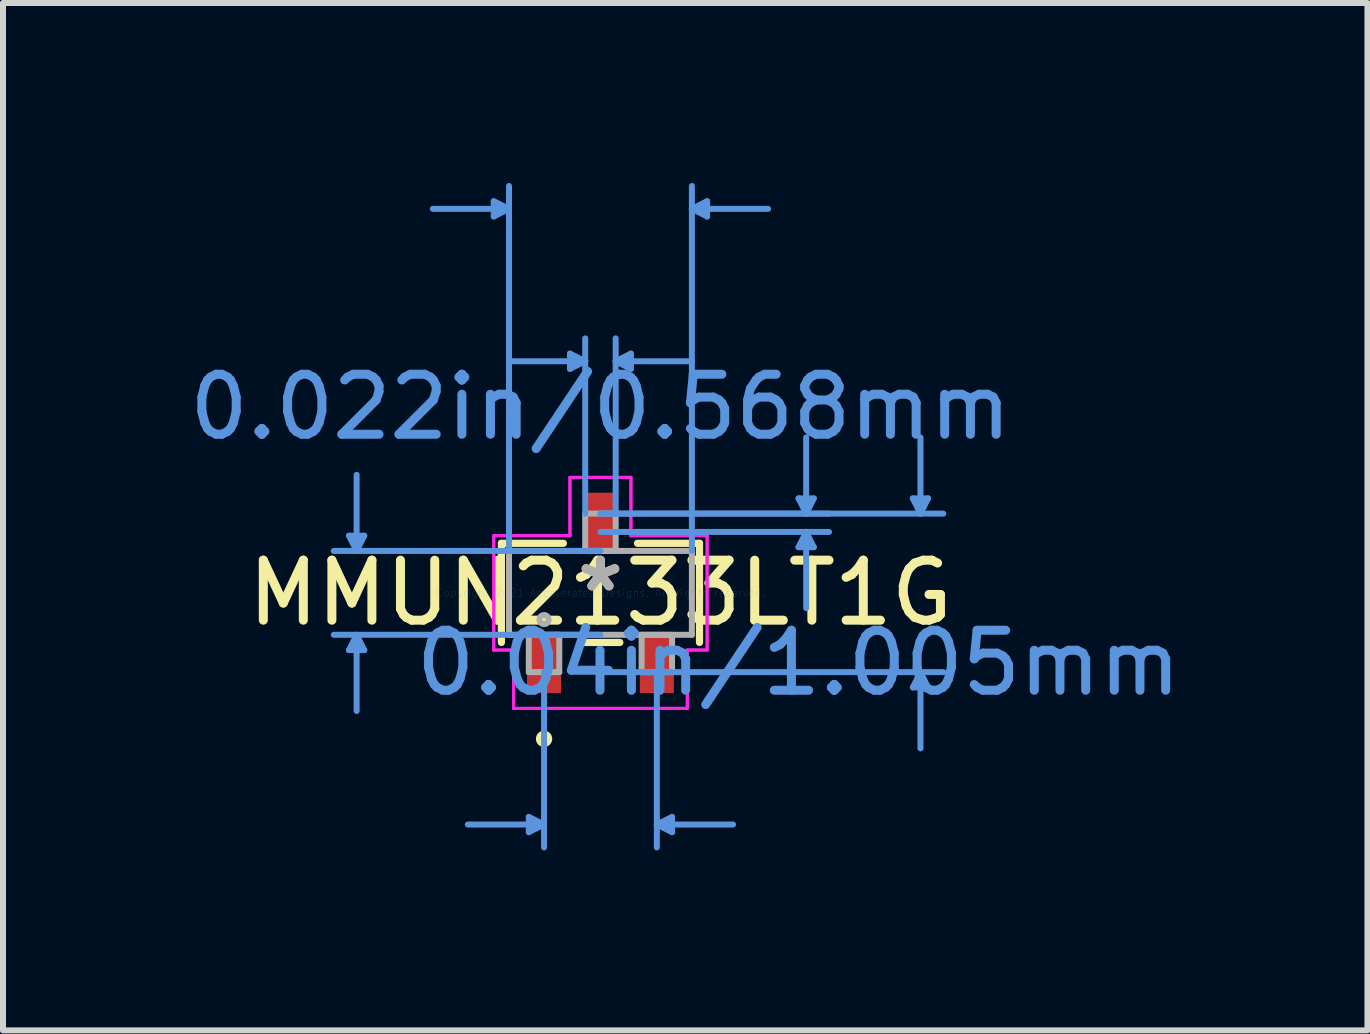
<source format=kicad_pcb>
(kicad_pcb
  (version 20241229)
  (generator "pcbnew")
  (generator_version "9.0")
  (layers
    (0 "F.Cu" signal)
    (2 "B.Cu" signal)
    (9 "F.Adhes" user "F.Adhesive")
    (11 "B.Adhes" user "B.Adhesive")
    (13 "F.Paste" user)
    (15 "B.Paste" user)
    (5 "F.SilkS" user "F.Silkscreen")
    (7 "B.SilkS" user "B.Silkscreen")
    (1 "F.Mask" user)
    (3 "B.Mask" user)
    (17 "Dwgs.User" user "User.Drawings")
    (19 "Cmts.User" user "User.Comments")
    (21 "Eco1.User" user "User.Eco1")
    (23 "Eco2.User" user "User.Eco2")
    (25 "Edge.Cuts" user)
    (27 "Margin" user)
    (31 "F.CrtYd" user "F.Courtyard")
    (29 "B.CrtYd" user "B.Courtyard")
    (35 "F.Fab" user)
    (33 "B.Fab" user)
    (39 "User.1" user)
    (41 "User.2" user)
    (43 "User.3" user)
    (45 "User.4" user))
  (footprint "MMUN2133LT1G"
    (layer "F.Cu")
    (at 6.958 6.832)
    (property "Reference" "MMUN2133LT1G" (at 0 0 0) (layer "F.SilkS") (effects (font (size 1 1) (thickness 0.15))))
    (attr through_hole)
    (fp_line (start -1.651 -0.826) (end -1.651 0.826) (stroke (width 0.12) (type solid)) (layer "F.SilkS"))
    (fp_line (start -0.617 -0.826) (end -1.651 -0.826) (stroke (width 0.12) (type solid)) (layer "F.SilkS"))
    (fp_line (start -0.323 0.826) (end 0.323 0.826) (stroke (width 0.12) (type solid)) (layer "F.SilkS"))
    (fp_line (start 1.651 -0.826) (end 0.617 -0.826) (stroke (width 0.12) (type solid)) (layer "F.SilkS"))
    (fp_line (start 1.651 0.826) (end 1.651 -0.826) (stroke (width 0.12) (type solid)) (layer "F.SilkS"))
    (fp_circle (center -0.94 2.433) (end -0.864 2.433) (stroke (width 0.12) (type solid)) (fill no) (layer "F.SilkS"))
    (fp_line (start -4.191 -0.953) (end -3.937 -0.953) (stroke (width 0.1) (type solid)) (layer "Cmts.User"))
    (fp_line (start -4.191 0.953) (end -3.937 0.953) (stroke (width 0.1) (type solid)) (layer "Cmts.User"))
    (fp_line (start -4.064 -0.699) (end -4.191 -0.953) (stroke (width 0.1) (type solid)) (layer "Cmts.User"))
    (fp_line (start -4.064 -0.699) (end -4.064 -1.968) (stroke (width 0.1) (type solid)) (layer "Cmts.User"))
    (fp_line (start -4.064 -0.699) (end -3.937 -0.953) (stroke (width 0.1) (type solid)) (layer "Cmts.User"))
    (fp_line (start -4.064 0.699) (end -4.191 0.953) (stroke (width 0.1) (type solid)) (layer "Cmts.User"))
    (fp_line (start -4.064 0.699) (end -4.064 1.968) (stroke (width 0.1) (type solid)) (layer "Cmts.User"))
    (fp_line (start -4.064 0.699) (end -3.937 0.953) (stroke (width 0.1) (type solid)) (layer "Cmts.User"))
    (fp_line (start -1.778 -6.528) (end -1.778 -6.274) (stroke (width 0.1) (type solid)) (layer "Cmts.User"))
    (fp_line (start -1.524 -6.401) (end -2.794 -6.401) (stroke (width 0.1) (type solid)) (layer "Cmts.User"))
    (fp_line (start -1.524 -6.401) (end -1.778 -6.528) (stroke (width 0.1) (type solid)) (layer "Cmts.User"))
    (fp_line (start -1.524 -6.401) (end -1.778 -6.274) (stroke (width 0.1) (type solid)) (layer "Cmts.User"))
    (fp_line (start -1.524 -0.699) (end -1.524 -6.782) (stroke (width 0.1) (type solid)) (layer "Cmts.User"))
    (fp_line (start -1.194 3.734) (end -1.194 3.988) (stroke (width 0.1) (type solid)) (layer "Cmts.User"))
    (fp_line (start -0.94 1.321) (end -0.94 4.242) (stroke (width 0.1) (type solid)) (layer "Cmts.User"))
    (fp_line (start -0.94 3.861) (end -2.21 3.861) (stroke (width 0.1) (type solid)) (layer "Cmts.User"))
    (fp_line (start -0.94 3.861) (end -1.194 3.734) (stroke (width 0.1) (type solid)) (layer "Cmts.User"))
    (fp_line (start -0.94 3.861) (end -1.194 3.988) (stroke (width 0.1) (type solid)) (layer "Cmts.User"))
    (fp_line (start -0.508 -3.988) (end -0.508 -3.734) (stroke (width 0.1) (type solid)) (layer "Cmts.User"))
    (fp_line (start -0.254 -3.861) (end -1.524 -3.861) (stroke (width 0.1) (type solid)) (layer "Cmts.User"))
    (fp_line (start -0.254 -3.861) (end -0.508 -3.988) (stroke (width 0.1) (type solid)) (layer "Cmts.User"))
    (fp_line (start -0.254 -3.861) (end -0.508 -3.734) (stroke (width 0.1) (type solid)) (layer "Cmts.User"))
    (fp_line (start -0.254 -1.321) (end -0.254 -4.242) (stroke (width 0.1) (type solid)) (layer "Cmts.User"))
    (fp_line (start 0 -1.321) (end 3.81 -1.321) (stroke (width 0.1) (type solid)) (layer "Cmts.User"))
    (fp_line (start 0 -1.321) (end 5.715 -1.321) (stroke (width 0.1) (type solid)) (layer "Cmts.User"))
    (fp_line (start 0 -1.016) (end 3.81 -1.016) (stroke (width 0.1) (type solid)) (layer "Cmts.User"))
    (fp_line (start 0 -0.699) (end -4.445 -0.699) (stroke (width 0.1) (type solid)) (layer "Cmts.User"))
    (fp_line (start 0 0.699) (end -4.445 0.699) (stroke (width 0.1) (type solid)) (layer "Cmts.User"))
    (fp_line (start 0 1.321) (end 5.715 1.321) (stroke (width 0.1) (type solid)) (layer "Cmts.User"))
    (fp_line (start 0.254 -3.861) (end 0.508 -3.988) (stroke (width 0.1) (type solid)) (layer "Cmts.User"))
    (fp_line (start 0.254 -3.861) (end 0.508 -3.734) (stroke (width 0.1) (type solid)) (layer "Cmts.User"))
    (fp_line (start 0.254 -3.861) (end 1.524 -3.861) (stroke (width 0.1) (type solid)) (layer "Cmts.User"))
    (fp_line (start 0.254 -1.321) (end 0.254 -4.242) (stroke (width 0.1) (type solid)) (layer "Cmts.User"))
    (fp_line (start 0.508 -3.988) (end 0.508 -3.734) (stroke (width 0.1) (type solid)) (layer "Cmts.User"))
    (fp_line (start 0.94 1.321) (end 0.94 4.242) (stroke (width 0.1) (type solid)) (layer "Cmts.User"))
    (fp_line (start 0.94 3.861) (end 1.194 3.734) (stroke (width 0.1) (type solid)) (layer "Cmts.User"))
    (fp_line (start 0.94 3.861) (end 1.194 3.988) (stroke (width 0.1) (type solid)) (layer "Cmts.User"))
    (fp_line (start 0.94 3.861) (end 2.21 3.861) (stroke (width 0.1) (type solid)) (layer "Cmts.User"))
    (fp_line (start 1.194 3.734) (end 1.194 3.988) (stroke (width 0.1) (type solid)) (layer "Cmts.User"))
    (fp_line (start 1.524 -6.401) (end 1.778 -6.528) (stroke (width 0.1) (type solid)) (layer "Cmts.User"))
    (fp_line (start 1.524 -6.401) (end 1.778 -6.274) (stroke (width 0.1) (type solid)) (layer "Cmts.User"))
    (fp_line (start 1.524 -6.401) (end 2.794 -6.401) (stroke (width 0.1) (type solid)) (layer "Cmts.User"))
    (fp_line (start 1.524 -0.699) (end 1.524 -6.782) (stroke (width 0.1) (type solid)) (layer "Cmts.User"))
    (fp_line (start 1.778 -6.528) (end 1.778 -6.274) (stroke (width 0.1) (type solid)) (layer "Cmts.User"))
    (fp_line (start 3.302 -1.575) (end 3.556 -1.575) (stroke (width 0.1) (type solid)) (layer "Cmts.User"))
    (fp_line (start 3.302 -0.762) (end 3.556 -0.762) (stroke (width 0.1) (type solid)) (layer "Cmts.User"))
    (fp_line (start 3.429 -1.321) (end 3.302 -1.575) (stroke (width 0.1) (type solid)) (layer "Cmts.User"))
    (fp_line (start 3.429 -1.321) (end 3.429 -2.591) (stroke (width 0.1) (type solid)) (layer "Cmts.User"))
    (fp_line (start 3.429 -1.321) (end 3.556 -1.575) (stroke (width 0.1) (type solid)) (layer "Cmts.User"))
    (fp_line (start 3.429 -1.016) (end 3.302 -0.762) (stroke (width 0.1) (type solid)) (layer "Cmts.User"))
    (fp_line (start 3.429 -1.016) (end 3.429 0.254) (stroke (width 0.1) (type solid)) (layer "Cmts.User"))
    (fp_line (start 3.429 -1.016) (end 3.556 -0.762) (stroke (width 0.1) (type solid)) (layer "Cmts.User"))
    (fp_line (start 5.207 -1.575) (end 5.461 -1.575) (stroke (width 0.1) (type solid)) (layer "Cmts.User"))
    (fp_line (start 5.207 1.575) (end 5.461 1.575) (stroke (width 0.1) (type solid)) (layer "Cmts.User"))
    (fp_line (start 5.334 -1.321) (end 5.207 -1.575) (stroke (width 0.1) (type solid)) (layer "Cmts.User"))
    (fp_line (start 5.334 -1.321) (end 5.334 -2.591) (stroke (width 0.1) (type solid)) (layer "Cmts.User"))
    (fp_line (start 5.334 -1.321) (end 5.461 -1.575) (stroke (width 0.1) (type solid)) (layer "Cmts.User"))
    (fp_line (start 5.334 1.321) (end 5.207 1.575) (stroke (width 0.1) (type solid)) (layer "Cmts.User"))
    (fp_line (start 5.334 1.321) (end 5.334 2.591) (stroke (width 0.1) (type solid)) (layer "Cmts.User"))
    (fp_line (start 5.334 1.321) (end 5.461 1.575) (stroke (width 0.1) (type solid)) (layer "Cmts.User"))
    (fp_line (start -1.778 -0.953) (end -0.508 -0.953) (stroke (width 0.05) (type solid)) (layer "F.CrtYd"))
    (fp_line (start -1.778 -0.953) (end -0.508 -0.953) (stroke (width 0.05) (type solid)) (layer "F.CrtYd"))
    (fp_line (start -1.778 0.953) (end -1.778 -0.953) (stroke (width 0.05) (type solid)) (layer "F.CrtYd"))
    (fp_line (start -1.778 0.953) (end -1.778 -0.953) (stroke (width 0.05) (type solid)) (layer "F.CrtYd"))
    (fp_line (start -1.778 0.953) (end -1.448 0.953) (stroke (width 0.05) (type solid)) (layer "F.CrtYd"))
    (fp_line (start -1.448 0.953) (end -1.778 0.953) (stroke (width 0.05) (type solid)) (layer "F.CrtYd"))
    (fp_line (start -1.448 0.953) (end -1.448 1.925) (stroke (width 0.05) (type solid)) (layer "F.CrtYd"))
    (fp_line (start -1.448 1.925) (end -1.448 0.953) (stroke (width 0.05) (type solid)) (layer "F.CrtYd"))
    (fp_line (start -1.448 1.925) (end 1.448 1.925) (stroke (width 0.05) (type solid)) (layer "F.CrtYd"))
    (fp_line (start -0.508 -1.925) (end 0.508 -1.925) (stroke (width 0.05) (type solid)) (layer "F.CrtYd"))
    (fp_line (start -0.508 -1.925) (end 0.508 -1.925) (stroke (width 0.05) (type solid)) (layer "F.CrtYd"))
    (fp_line (start -0.508 -0.953) (end -0.508 -1.925) (stroke (width 0.05) (type solid)) (layer "F.CrtYd"))
    (fp_line (start -0.508 -0.953) (end -0.508 -1.925) (stroke (width 0.05) (type solid)) (layer "F.CrtYd"))
    (fp_line (start 0.508 -1.925) (end 0.508 -0.953) (stroke (width 0.05) (type solid)) (layer "F.CrtYd"))
    (fp_line (start 0.508 -0.953) (end 0.508 -1.925) (stroke (width 0.05) (type solid)) (layer "F.CrtYd"))
    (fp_line (start 0.508 -0.953) (end 1.778 -0.953) (stroke (width 0.05) (type solid)) (layer "F.CrtYd"))
    (fp_line (start 1.448 0.953) (end 1.448 1.925) (stroke (width 0.05) (type solid)) (layer "F.CrtYd"))
    (fp_line (start 1.448 0.953) (end 1.448 1.925) (stroke (width 0.05) (type solid)) (layer "F.CrtYd"))
    (fp_line (start 1.448 1.925) (end -1.448 1.925) (stroke (width 0.05) (type solid)) (layer "F.CrtYd"))
    (fp_line (start 1.778 -0.953) (end 0.508 -0.953) (stroke (width 0.05) (type solid)) (layer "F.CrtYd"))
    (fp_line (start 1.778 -0.953) (end 1.778 0.953) (stroke (width 0.05) (type solid)) (layer "F.CrtYd"))
    (fp_line (start 1.778 -0.953) (end 1.778 0.953) (stroke (width 0.05) (type solid)) (layer "F.CrtYd"))
    (fp_line (start 1.778 0.953) (end 1.448 0.953) (stroke (width 0.05) (type solid)) (layer "F.CrtYd"))
    (fp_line (start 1.778 0.953) (end 1.448 0.953) (stroke (width 0.05) (type solid)) (layer "F.CrtYd"))
    (fp_line (start -1.524 -0.699) (end -1.524 0.699) (stroke (width 0.1) (type solid)) (layer "F.Fab"))
    (fp_line (start -1.524 0.699) (end 1.524 0.699) (stroke (width 0.1) (type solid)) (layer "F.Fab"))
    (fp_line (start -1.194 0.699) (end -1.194 1.321) (stroke (width 0.1) (type solid)) (layer "F.Fab"))
    (fp_line (start -1.194 1.321) (end -0.686 1.321) (stroke (width 0.1) (type solid)) (layer "F.Fab"))
    (fp_line (start -0.686 0.699) (end -1.194 0.699) (stroke (width 0.1) (type solid)) (layer "F.Fab"))
    (fp_line (start -0.686 1.321) (end -0.686 0.699) (stroke (width 0.1) (type solid)) (layer "F.Fab"))
    (fp_line (start -0.254 -1.321) (end -0.254 -0.699) (stroke (width 0.1) (type solid)) (layer "F.Fab"))
    (fp_line (start -0.254 -0.699) (end 0.254 -0.699) (stroke (width 0.1) (type solid)) (layer "F.Fab"))
    (fp_line (start 0.254 -1.321) (end -0.254 -1.321) (stroke (width 0.1) (type solid)) (layer "F.Fab"))
    (fp_line (start 0.254 -0.699) (end 0.254 -1.321) (stroke (width 0.1) (type solid)) (layer "F.Fab"))
    (fp_line (start 0.686 0.699) (end 0.686 1.321) (stroke (width 0.1) (type solid)) (layer "F.Fab"))
    (fp_line (start 0.686 1.321) (end 1.194 1.321) (stroke (width 0.1) (type solid)) (layer "F.Fab"))
    (fp_line (start 1.194 0.699) (end 0.686 0.699) (stroke (width 0.1) (type solid)) (layer "F.Fab"))
    (fp_line (start 1.194 1.321) (end 1.194 0.699) (stroke (width 0.1) (type solid)) (layer "F.Fab"))
    (fp_line (start 1.524 -0.699) (end -1.524 -0.699) (stroke (width 0.1) (type solid)) (layer "F.Fab"))
    (fp_line (start 1.524 0.699) (end 1.524 -0.699) (stroke (width 0.1) (type solid)) (layer "F.Fab"))
    (fp_circle (center -0.94 0.445) (end -0.864 0.445) (stroke (width 0.1) (type solid)) (fill no) (layer "F.Fab"))
    (fp_text user "*" (at 0 0 0) (layer "F.SilkS") (effects (font (size 1 1) (thickness 0.15))))
    (fp_text user "Copyright 2021 Accelerated Designs. All rights reserved." (at 0 0 0) (layer "Cmts.User") (effects (font (size 0.127 0.127) (thickness 0.002))))
    (fp_text user "0.04in/1.005mm" (at 3.302 1.168 0) (layer "Cmts.User") (effects (font (size 1 1) (thickness 0.15))))
    (fp_text user "0.022in/0.568mm" (at 0 -3.099 0) (layer "Cmts.User") (effects (font (size 1 1) (thickness 0.15))))
    (fp_text user "*" (at 0 0 0) (layer "F.Fab") (effects (font (size 1 1) (thickness 0.15))))
    (pad "1" smd rect (at -0.94 1.168) (size 0.568 1.005) (layers "F.Cu" "F.Mask" "F.Paste"))
    (pad "2" smd rect (at 0.94 1.168) (size 0.568 1.005) (layers "F.Cu" "F.Mask" "F.Paste"))
    (pad "3" smd rect (at 0 -1.168) (size 0.568 1.005) (layers "F.Cu" "F.Mask" "F.Paste")))
  (gr_rect
    (start -3 -3)
    (end 19.742 14.124)
    (stroke (width 0.1) (type default))
    (fill no)
    (layer "Edge.Cuts")))
</source>
